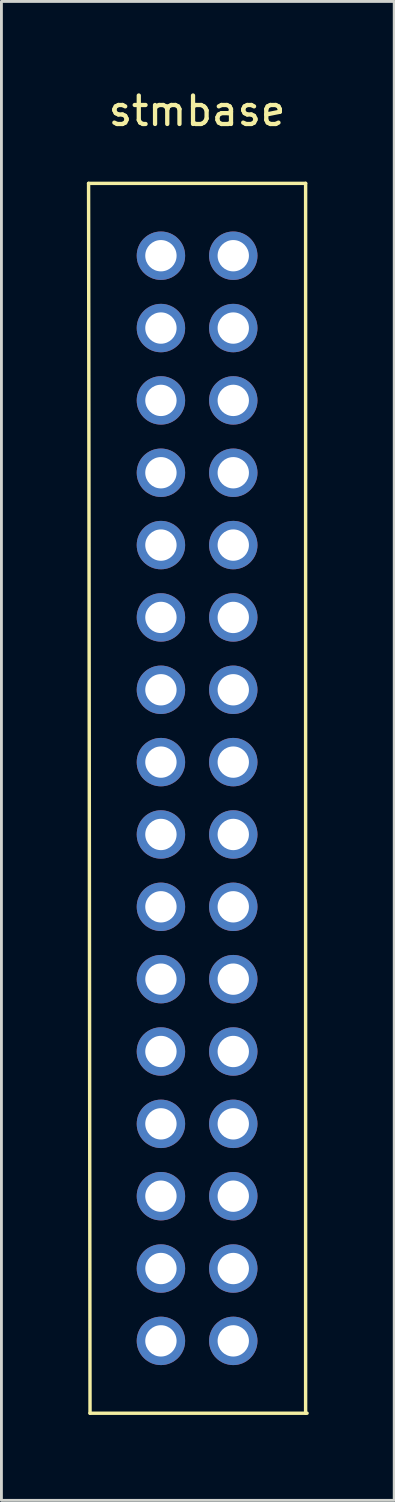
<source format=kicad_pcb>
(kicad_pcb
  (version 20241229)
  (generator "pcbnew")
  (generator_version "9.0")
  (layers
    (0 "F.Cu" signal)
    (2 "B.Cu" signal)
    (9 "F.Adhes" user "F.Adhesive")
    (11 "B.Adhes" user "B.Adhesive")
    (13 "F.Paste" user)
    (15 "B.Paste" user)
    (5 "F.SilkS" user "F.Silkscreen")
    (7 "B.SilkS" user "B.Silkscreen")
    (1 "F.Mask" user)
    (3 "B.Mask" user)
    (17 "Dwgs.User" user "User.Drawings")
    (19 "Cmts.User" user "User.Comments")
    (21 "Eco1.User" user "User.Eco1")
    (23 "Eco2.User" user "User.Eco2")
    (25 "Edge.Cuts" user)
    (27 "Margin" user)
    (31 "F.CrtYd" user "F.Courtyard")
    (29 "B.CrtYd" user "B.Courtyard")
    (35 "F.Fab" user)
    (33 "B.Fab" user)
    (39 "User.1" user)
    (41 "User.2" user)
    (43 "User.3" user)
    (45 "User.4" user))
  (footprint "stmbase"
    (layer "F.Cu")
    (at 3.87 5.928)
    (property "Reference" "stmbase" (at 0 -5.08 0) (layer "F.SilkS") (effects (font (size 1 1) (thickness 0.15))))
    (attr through_hole)
    (fp_line (start -3.81 -2.54) (end 3.81 -2.54) (stroke (width 0.12) (type solid)) (layer "F.SilkS"))
    (fp_line (start -3.759 40.64) (end -3.81 -2.54) (stroke (width 0.12) (type solid)) (layer "F.SilkS"))
    (fp_line (start -3.759 40.64) (end 3.861 40.64) (stroke (width 0.12) (type solid)) (layer "F.SilkS"))
    (fp_line (start 3.81 -2.54) (end 3.81 40.64) (stroke (width 0.12) (type solid)) (layer "F.SilkS"))
    (pad "1" thru_hole circle (at -1.27 0) (size 1.7 1.7) (drill 1.1) (layers "*.Cu" "*.Mask"))
    (pad "2" thru_hole circle (at 1.27 0) (size 1.7 1.7) (drill 1.1) (layers "*.Cu" "*.Mask"))
    (pad "3" thru_hole circle (at -1.27 2.54) (size 1.7 1.7) (drill 1.1) (layers "*.Cu" "*.Mask"))
    (pad "4" thru_hole circle (at 1.27 2.54) (size 1.7 1.7) (drill 1.1) (layers "*.Cu" "*.Mask"))
    (pad "5" thru_hole circle (at -1.27 5.08) (size 1.7 1.7) (drill 1.1) (layers "*.Cu" "*.Mask"))
    (pad "6" thru_hole circle (at 1.27 5.08) (size 1.7 1.7) (drill 1.1) (layers "*.Cu" "*.Mask"))
    (pad "7" thru_hole circle (at -1.27 7.62) (size 1.7 1.7) (drill 1.1) (layers "*.Cu" "*.Mask"))
    (pad "8" thru_hole circle (at 1.27 7.62) (size 1.7 1.7) (drill 1.1) (layers "*.Cu" "*.Mask"))
    (pad "9" thru_hole circle (at -1.27 10.16) (size 1.7 1.7) (drill 1.1) (layers "*.Cu" "*.Mask"))
    (pad "10" thru_hole circle (at 1.27 10.16) (size 1.7 1.7) (drill 1.1) (layers "*.Cu" "*.Mask"))
    (pad "11" thru_hole circle (at -1.27 12.7) (size 1.7 1.7) (drill 1.1) (layers "*.Cu" "*.Mask"))
    (pad "12" thru_hole circle (at 1.27 12.7) (size 1.7 1.7) (drill 1.1) (layers "*.Cu" "*.Mask"))
    (pad "13" thru_hole circle (at -1.27 15.24) (size 1.7 1.7) (drill 1.1) (layers "*.Cu" "*.Mask"))
    (pad "14" thru_hole circle (at 1.27 15.24) (size 1.7 1.7) (drill 1.1) (layers "*.Cu" "*.Mask"))
    (pad "15" thru_hole circle (at -1.27 17.78) (size 1.7 1.7) (drill 1.1) (layers "*.Cu" "*.Mask"))
    (pad "16" thru_hole circle (at 1.27 17.78) (size 1.7 1.7) (drill 1.1) (layers "*.Cu" "*.Mask"))
    (pad "17" thru_hole circle (at -1.27 20.32) (size 1.7 1.7) (drill 1.1) (layers "*.Cu" "*.Mask"))
    (pad "18" thru_hole circle (at 1.27 20.32) (size 1.7 1.7) (drill 1.1) (layers "*.Cu" "*.Mask"))
    (pad "19" thru_hole circle (at -1.27 22.86) (size 1.7 1.7) (drill 1.1) (layers "*.Cu" "*.Mask"))
    (pad "20" thru_hole circle (at 1.27 22.86) (size 1.7 1.7) (drill 1.1) (layers "*.Cu" "*.Mask"))
    (pad "21" thru_hole circle (at -1.27 25.4) (size 1.7 1.7) (drill 1.1) (layers "*.Cu" "*.Mask"))
    (pad "22" thru_hole circle (at 1.27 25.4) (size 1.7 1.7) (drill 1.1) (layers "*.Cu" "*.Mask"))
    (pad "23" thru_hole circle (at -1.27 27.94) (size 1.7 1.7) (drill 1.1) (layers "*.Cu" "*.Mask"))
    (pad "24" thru_hole circle (at 1.27 27.94) (size 1.7 1.7) (drill 1.1) (layers "*.Cu" "*.Mask"))
    (pad "25" thru_hole circle (at -1.27 30.48) (size 1.7 1.7) (drill 1.1) (layers "*.Cu" "*.Mask"))
    (pad "26" thru_hole circle (at 1.27 30.48) (size 1.7 1.7) (drill 1.1) (layers "*.Cu" "*.Mask"))
    (pad "27" thru_hole circle (at -1.27 33.02) (size 1.7 1.7) (drill 1.1) (layers "*.Cu" "*.Mask"))
    (pad "28" thru_hole circle (at 1.27 33.02) (size 1.7 1.7) (drill 1.1) (layers "*.Cu" "*.Mask"))
    (pad "29" thru_hole circle (at -1.27 35.56) (size 1.7 1.7) (drill 1.1) (layers "*.Cu" "*.Mask"))
    (pad "30" thru_hole circle (at 1.27 35.56) (size 1.7 1.7) (drill 1.1) (layers "*.Cu" "*.Mask"))
    (pad "31" thru_hole circle (at -1.27 38.1) (size 1.7 1.7) (drill 1.1) (layers "*.Cu" "*.Mask"))
    (pad "32" thru_hole circle (at 1.27 38.1) (size 1.7 1.7) (drill 1.1) (layers "*.Cu" "*.Mask")))
  (gr_rect
    (start -3 -3)
    (end 10.791 49.628)
    (stroke (width 0.1) (type default))
    (fill no)
    (layer "Edge.Cuts")))
</source>
